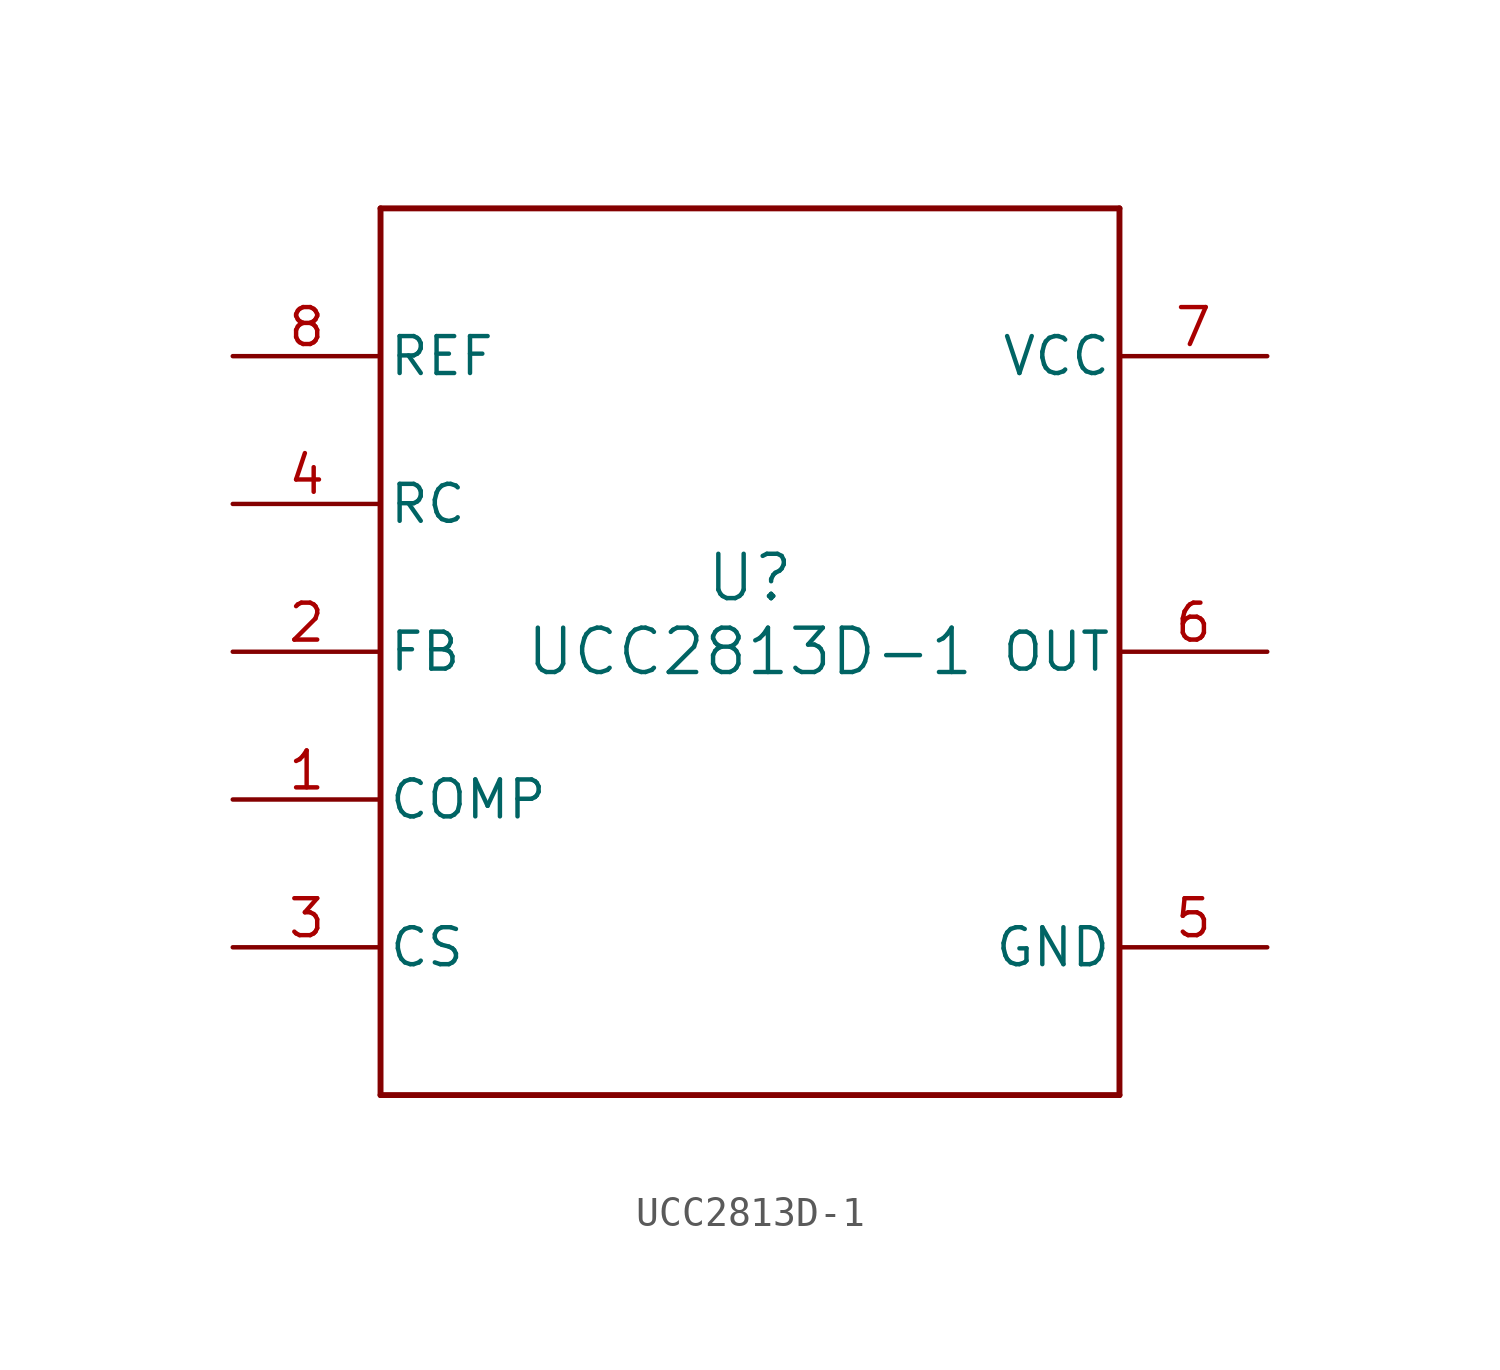
<source format=kicad_sym>
(kicad_symbol_lib
  (version 20211014)
  (generator kicad_symbol_editor)
  (symbol "UCC2813D-1"
    (pin_names
      (offset 0.254))
    (property "Reference" "U"
      (at 0 2.54 0)
      (effects (font (size 1.524 1.524))))
    (property "Value" "UCC2813D-1"
      (at 0 0 0)
      (effects (font (size 1.524 1.524))))
    (symbol "UCC2813D-1_0_1"
      (polyline (pts (xy -12.7 -15.24) (xy 12.7 -15.24)) (stroke (width 0.203) (type default) (color 0 0 0 0)) (fill (type none)))
      (polyline (pts (xy 12.7 -15.24) (xy 12.7 15.24)) (stroke (width 0.203) (type default) (color 0 0 0 0)) (fill (type none)))
      (polyline (pts (xy 12.7 15.24) (xy -12.7 15.24)) (stroke (width 0.203) (type default) (color 0 0 0 0)) (fill (type none)))
      (polyline (pts (xy -12.7 15.24) (xy -12.7 -15.24)) (stroke (width 0.203) (type default) (color 0 0 0 0)) (fill (type none)))
      (pin output line (at -17.78 -5.08 0) (length 5.08) (name "COMP" (effects (font (size 1.27 1.27)))) (number "1" (effects (font (size 1.27 1.27)))))
      (pin input line (at -17.78 0 0) (length 5.08) (name "FB" (effects (font (size 1.27 1.27)))) (number "2" (effects (font (size 1.27 1.27)))))
      (pin input line (at -17.78 -10.16 0) (length 5.08) (name "CS" (effects (font (size 1.27 1.27)))) (number "3" (effects (font (size 1.27 1.27)))))
      (pin input line (at -17.78 5.08 0) (length 5.08) (name "RC" (effects (font (size 1.27 1.27)))) (number "4" (effects (font (size 1.27 1.27)))))
      (pin power_in line (at 17.78 -10.16 180) (length 5.08) (name "GND" (effects (font (size 1.27 1.27)))) (number "5" (effects (font (size 1.27 1.27)))))
      (pin output line (at 17.78 0 180) (length 5.08) (name "OUT" (effects (font (size 1.27 1.27)))) (number "6" (effects (font (size 1.27 1.27)))))
      (pin power_in line (at 17.78 10.16 180) (length 5.08) (name "VCC" (effects (font (size 1.27 1.27)))) (number "7" (effects (font (size 1.27 1.27)))))
      (pin power_in line (at -17.78 10.16 0) (length 5.08) (name "REF" (effects (font (size 1.27 1.27)))) (number "8" (effects (font (size 1.27 1.27))))))))
</source>
